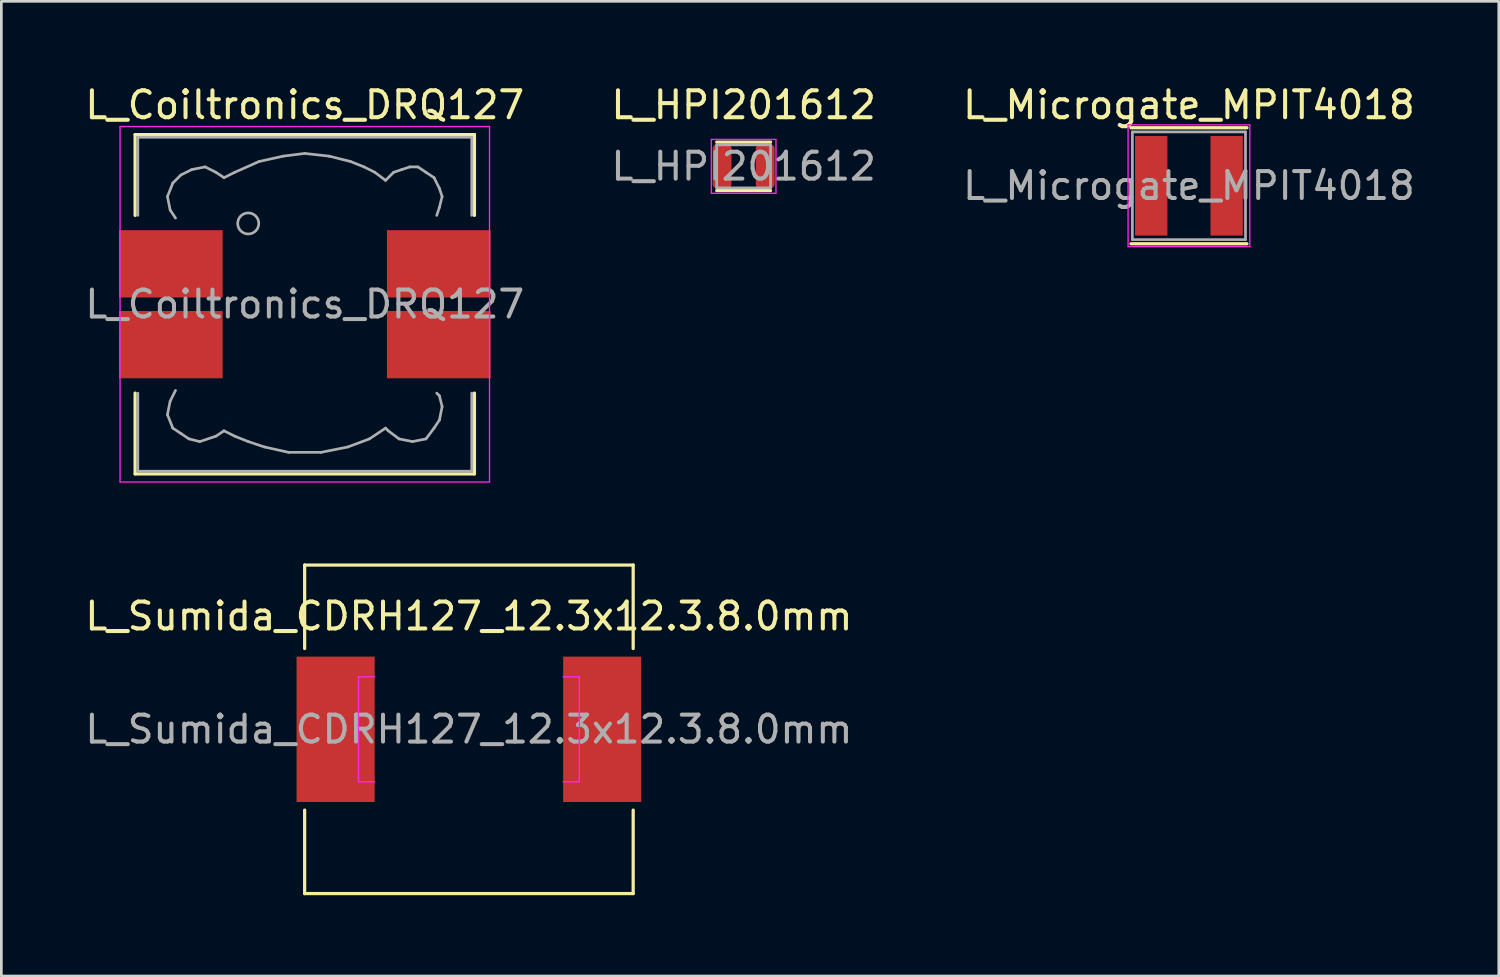
<source format=kicad_pcb>
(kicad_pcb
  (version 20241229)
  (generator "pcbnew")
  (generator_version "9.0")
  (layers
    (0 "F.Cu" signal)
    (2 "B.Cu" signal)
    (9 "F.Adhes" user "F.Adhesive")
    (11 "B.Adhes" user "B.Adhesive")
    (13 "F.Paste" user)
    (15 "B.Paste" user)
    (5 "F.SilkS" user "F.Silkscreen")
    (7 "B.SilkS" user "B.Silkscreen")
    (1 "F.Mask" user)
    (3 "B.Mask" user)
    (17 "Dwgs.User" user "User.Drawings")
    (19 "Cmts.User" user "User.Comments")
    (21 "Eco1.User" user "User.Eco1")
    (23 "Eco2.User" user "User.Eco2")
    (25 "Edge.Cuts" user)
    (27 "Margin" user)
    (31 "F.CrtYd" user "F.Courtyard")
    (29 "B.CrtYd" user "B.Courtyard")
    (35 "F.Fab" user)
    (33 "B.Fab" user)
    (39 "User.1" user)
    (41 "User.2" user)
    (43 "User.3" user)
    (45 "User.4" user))
  (footprint "L_Coiltronics_DRQ127"
    (layer "F.Cu")
    (at 8.268 8.248)
    (property "Reference" "L_Coiltronics_DRQ127" (at 0 -7.4 0) (layer "F.SilkS") (effects (font (size 1 1) (thickness 0.15))))
    (attr smd)
    (fp_line (start -6.3 -6.3) (end 6.3 -6.3) (stroke (width 0.12) (type solid)) (layer "F.SilkS"))
    (fp_line (start -6.3 -3.3) (end -6.3 -6.3) (stroke (width 0.12) (type solid)) (layer "F.SilkS"))
    (fp_line (start -6.3 6.3) (end -6.3 3.3) (stroke (width 0.12) (type solid)) (layer "F.SilkS"))
    (fp_line (start 6.3 -6.3) (end 6.3 -3.3) (stroke (width 0.12) (type solid)) (layer "F.SilkS"))
    (fp_line (start 6.3 3.3) (end 6.3 6.3) (stroke (width 0.12) (type solid)) (layer "F.SilkS"))
    (fp_line (start 6.3 6.3) (end -6.3 6.3) (stroke (width 0.12) (type solid)) (layer "F.SilkS"))
    (fp_line (start -6.86 -6.6) (end 6.86 -6.6) (stroke (width 0.05) (type solid)) (layer "F.CrtYd"))
    (fp_line (start -6.86 6.6) (end -6.86 -6.6) (stroke (width 0.05) (type solid)) (layer "F.CrtYd"))
    (fp_line (start 6.86 -6.6) (end 6.86 6.6) (stroke (width 0.05) (type solid)) (layer "F.CrtYd"))
    (fp_line (start 6.86 6.6) (end -6.86 6.6) (stroke (width 0.05) (type solid)) (layer "F.CrtYd"))
    (fp_line (start -6.2 -6.2) (end -6.2 -3.3) (stroke (width 0.1) (type solid)) (layer "F.Fab"))
    (fp_line (start -6.2 3.3) (end -6.2 6.2) (stroke (width 0.1) (type solid)) (layer "F.Fab"))
    (fp_line (start -6.2 6.2) (end 6.2 6.2) (stroke (width 0.1) (type solid)) (layer "F.Fab"))
    (fp_line (start -5.1 -4) (end -5 -3.5) (stroke (width 0.1) (type solid)) (layer "F.Fab"))
    (fp_line (start -5.1 4.1) (end -5 3.6) (stroke (width 0.1) (type solid)) (layer "F.Fab"))
    (fp_line (start -5 -3.5) (end -4.8 -3.2) (stroke (width 0.1) (type solid)) (layer "F.Fab"))
    (fp_line (start -5 3.6) (end -4.8 3.2) (stroke (width 0.1) (type solid)) (layer "F.Fab"))
    (fp_line (start -4.9 -4.5) (end -5.1 -4) (stroke (width 0.1) (type solid)) (layer "F.Fab"))
    (fp_line (start -4.9 4.6) (end -5.1 4.1) (stroke (width 0.1) (type solid)) (layer "F.Fab"))
    (fp_line (start -4.6 -4.8) (end -4.9 -4.5) (stroke (width 0.1) (type solid)) (layer "F.Fab"))
    (fp_line (start -4.6 4.8) (end -4.9 4.6) (stroke (width 0.1) (type solid)) (layer "F.Fab"))
    (fp_line (start -4.3 5) (end -4.6 4.8) (stroke (width 0.1) (type solid)) (layer "F.Fab"))
    (fp_line (start -4.2 -5) (end -4.6 -4.8) (stroke (width 0.1) (type solid)) (layer "F.Fab"))
    (fp_line (start -3.9 5.1) (end -4.3 5) (stroke (width 0.1) (type solid)) (layer "F.Fab"))
    (fp_line (start -3.7 -5.1) (end -4.2 -5) (stroke (width 0.1) (type solid)) (layer "F.Fab"))
    (fp_line (start -3.3 -4.9) (end -3.7 -5.1) (stroke (width 0.1) (type solid)) (layer "F.Fab"))
    (fp_line (start -3.3 4.9) (end -3.9 5.1) (stroke (width 0.1) (type solid)) (layer "F.Fab"))
    (fp_line (start -3 -4.7) (end -3.3 -4.9) (stroke (width 0.1) (type solid)) (layer "F.Fab"))
    (fp_line (start -3 4.7) (end -3.3 4.9) (stroke (width 0.1) (type solid)) (layer "F.Fab"))
    (fp_line (start -2.6 -4.9) (end -3 -4.7) (stroke (width 0.1) (type solid)) (layer "F.Fab"))
    (fp_line (start -2.6 4.9) (end -3 4.7) (stroke (width 0.1) (type solid)) (layer "F.Fab"))
    (fp_line (start -2.1 5.1) (end -2.6 4.9) (stroke (width 0.1) (type solid)) (layer "F.Fab"))
    (fp_line (start -1.7 -5.3) (end -2.6 -4.9) (stroke (width 0.1) (type solid)) (layer "F.Fab"))
    (fp_line (start -1.5 5.3) (end -2.1 5.1) (stroke (width 0.1) (type solid)) (layer "F.Fab"))
    (fp_line (start -0.8 -5.5) (end -1.7 -5.3) (stroke (width 0.1) (type solid)) (layer "F.Fab"))
    (fp_line (start -0.6 5.5) (end -1.5 5.3) (stroke (width 0.1) (type solid)) (layer "F.Fab"))
    (fp_line (start 0 -5.6) (end -0.8 -5.5) (stroke (width 0.1) (type solid)) (layer "F.Fab"))
    (fp_line (start 0.6 5.5) (end -0.6 5.5) (stroke (width 0.1) (type solid)) (layer "F.Fab"))
    (fp_line (start 0.9 -5.5) (end 0 -5.6) (stroke (width 0.1) (type solid)) (layer "F.Fab"))
    (fp_line (start 1.6 5.3) (end 0.6 5.5) (stroke (width 0.1) (type solid)) (layer "F.Fab"))
    (fp_line (start 1.7 -5.3) (end 0.9 -5.5) (stroke (width 0.1) (type solid)) (layer "F.Fab"))
    (fp_line (start 2.2 -5.1) (end 1.7 -5.3) (stroke (width 0.1) (type solid)) (layer "F.Fab"))
    (fp_line (start 2.4 5) (end 1.6 5.3) (stroke (width 0.1) (type solid)) (layer "F.Fab"))
    (fp_line (start 2.6 -4.9) (end 2.2 -5.1) (stroke (width 0.1) (type solid)) (layer "F.Fab"))
    (fp_line (start 3 -4.6) (end 2.6 -4.9) (stroke (width 0.1) (type solid)) (layer "F.Fab"))
    (fp_line (start 3 4.6) (end 2.4 5) (stroke (width 0.1) (type solid)) (layer "F.Fab"))
    (fp_line (start 3.1 4.7) (end 3 4.6) (stroke (width 0.1) (type solid)) (layer "F.Fab"))
    (fp_line (start 3.3 -4.9) (end 3 -4.6) (stroke (width 0.1) (type solid)) (layer "F.Fab"))
    (fp_line (start 3.5 5) (end 3.1 4.7) (stroke (width 0.1) (type solid)) (layer "F.Fab"))
    (fp_line (start 3.6 -5) (end 3.3 -4.9) (stroke (width 0.1) (type solid)) (layer "F.Fab"))
    (fp_line (start 3.9 -5.1) (end 3.6 -5) (stroke (width 0.1) (type solid)) (layer "F.Fab"))
    (fp_line (start 4 5.1) (end 3.5 5) (stroke (width 0.1) (type solid)) (layer "F.Fab"))
    (fp_line (start 4.2 -5.1) (end 3.9 -5.1) (stroke (width 0.1) (type solid)) (layer "F.Fab"))
    (fp_line (start 4.5 -4.9) (end 4.2 -5.1) (stroke (width 0.1) (type solid)) (layer "F.Fab"))
    (fp_line (start 4.5 5) (end 4 5.1) (stroke (width 0.1) (type solid)) (layer "F.Fab"))
    (fp_line (start 4.8 -4.7) (end 4.5 -4.9) (stroke (width 0.1) (type solid)) (layer "F.Fab"))
    (fp_line (start 4.8 4.6) (end 4.5 5) (stroke (width 0.1) (type solid)) (layer "F.Fab"))
    (fp_line (start 4.9 -3.3) (end 5 -3.6) (stroke (width 0.1) (type solid)) (layer "F.Fab"))
    (fp_line (start 4.9 3.3) (end 5 3.4) (stroke (width 0.1) (type solid)) (layer "F.Fab"))
    (fp_line (start 5 -4.3) (end 4.8 -4.7) (stroke (width 0.1) (type solid)) (layer "F.Fab"))
    (fp_line (start 5 -3.6) (end 5.1 -4) (stroke (width 0.1) (type solid)) (layer "F.Fab"))
    (fp_line (start 5 3.4) (end 5.1 3.8) (stroke (width 0.1) (type solid)) (layer "F.Fab"))
    (fp_line (start 5 4.3) (end 4.8 4.6) (stroke (width 0.1) (type solid)) (layer "F.Fab"))
    (fp_line (start 5.1 -4) (end 5 -4.3) (stroke (width 0.1) (type solid)) (layer "F.Fab"))
    (fp_line (start 5.1 3.8) (end 5 4.3) (stroke (width 0.1) (type solid)) (layer "F.Fab"))
    (fp_line (start 6.2 -6.2) (end -6.2 -6.2) (stroke (width 0.1) (type solid)) (layer "F.Fab"))
    (fp_line (start 6.2 -6.2) (end 6.2 -3.3) (stroke (width 0.1) (type solid)) (layer "F.Fab"))
    (fp_line (start 6.2 6.2) (end 6.2 3.3) (stroke (width 0.1) (type solid)) (layer "F.Fab"))
    (fp_circle (center -2.1 -3) (end -1.709 -3) (stroke (width 0.1) (type solid)) (fill no) (layer "F.Fab"))
    (fp_text user "${REFERENCE}" (at 0 0 0) (layer "F.Fab") (effects (font (size 1 1) (thickness 0.15))))
    (pad "1" smd rect (at -4.975 -1.5) (size 3.85 2.5) (layers "F.Cu" "F.Mask" "F.Paste"))
    (pad "2" smd rect (at -4.975 1.5 180) (size 3.85 2.5) (layers "F.Cu" "F.Mask" "F.Paste"))
    (pad "3" smd rect (at 4.975 1.5 180) (size 3.85 2.5) (layers "F.Cu" "F.Mask" "F.Paste"))
    (pad "4" smd rect (at 4.975 -1.5) (size 3.85 2.5) (layers "F.Cu" "F.Mask" "F.Paste")))
  (footprint "L_HPI201612"
    (layer "F.Cu")
    (at 24.565 3.128)
    (property "Reference" "L_HPI201612" (at 0 -2.28 0) (layer "F.SilkS") (effects (font (size 1 1) (thickness 0.15))))
    (attr smd)
    (fp_line (start -1 -0.9) (end 1 -0.9) (stroke (width 0.12) (type solid)) (layer "F.SilkS"))
    (fp_line (start -1 0.9) (end 1 0.9) (stroke (width 0.12) (type solid)) (layer "F.SilkS"))
    (fp_line (start -1.2 -1) (end 1.2 -1) (stroke (width 0.05) (type solid)) (layer "F.CrtYd"))
    (fp_line (start -1.2 1) (end -1.2 -1) (stroke (width 0.05) (type solid)) (layer "F.CrtYd"))
    (fp_line (start 1.2 -1) (end 1.2 1) (stroke (width 0.05) (type solid)) (layer "F.CrtYd"))
    (fp_line (start 1.2 1) (end -1.2 1) (stroke (width 0.05) (type solid)) (layer "F.CrtYd"))
    (fp_line (start -1 -0.8) (end 1 -0.8) (stroke (width 0.1) (type solid)) (layer "F.Fab"))
    (fp_line (start -1 0.8) (end -1 -0.8) (stroke (width 0.1) (type solid)) (layer "F.Fab"))
    (fp_line (start 1 -0.8) (end 1 0.8) (stroke (width 0.1) (type solid)) (layer "F.Fab"))
    (fp_line (start 1 0.8) (end -1 0.8) (stroke (width 0.1) (type solid)) (layer "F.Fab"))
    (fp_text user "${REFERENCE}" (at 0 0 0) (layer "F.Fab") (effects (font (size 1 1) (thickness 0.15))))
    (pad "1" smd roundrect (at -0.8 0) (size 0.7 1.6) (layers "F.Cu" "F.Mask" "F.Paste") (roundrect_rratio 0.185))
    (pad "2" smd roundrect (at 0.8 0) (size 0.7 1.6) (layers "F.Cu" "F.Mask" "F.Paste") (roundrect_rratio 0.185)))
  (footprint "L_Microgate_MPIT4018"
    (layer "F.Cu")
    (at 41.101 3.848)
    (property "Reference" "L_Microgate_MPIT4018" (at 0 -3 0) (layer "F.SilkS") (effects (font (size 1 1) (thickness 0.15))))
    (attr smd)
    (fp_line (start -2.154 -2.154) (end 2.154 -2.154) (stroke (width 0.12) (type solid)) (layer "F.SilkS"))
    (fp_line (start 2.154 2.154) (end -2.154 2.154) (stroke (width 0.12) (type solid)) (layer "F.SilkS"))
    (fp_line (start -2.26 -2.26) (end 2.26 -2.26) (stroke (width 0.05) (type solid)) (layer "F.CrtYd"))
    (fp_line (start -2.26 2.26) (end -2.26 -2.26) (stroke (width 0.05) (type solid)) (layer "F.CrtYd"))
    (fp_line (start 2.26 -2.26) (end 2.26 2.26) (stroke (width 0.05) (type solid)) (layer "F.CrtYd"))
    (fp_line (start 2.26 2.26) (end -2.26 2.26) (stroke (width 0.05) (type solid)) (layer "F.CrtYd"))
    (fp_line (start -2.1 -2) (end 2.1 -2) (stroke (width 0.1) (type solid)) (layer "F.Fab"))
    (fp_line (start -2.1 2) (end -2.1 -2) (stroke (width 0.1) (type solid)) (layer "F.Fab"))
    (fp_line (start 2.1 -2) (end 2.1 2) (stroke (width 0.1) (type solid)) (layer "F.Fab"))
    (fp_line (start 2.1 2) (end -2.1 2) (stroke (width 0.1) (type solid)) (layer "F.Fab"))
    (fp_text user "${REFERENCE}" (at 0 0 0) (layer "F.Fab") (effects (font (size 1 1) (thickness 0.15))))
    (pad "1" smd rect (at -1.4 0) (size 1.2 3.7) (layers "F.Cu" "F.Mask" "F.Paste"))
    (pad "2" smd rect (at 1.4 0) (size 1.2 3.7) (layers "F.Cu" "F.Mask" "F.Paste")))
  (footprint "L_Sumida_CDRH127_12.3x12.3.8.0mm"
    (layer "F.Cu")
    (at 14.363 24.033)
    (property "Reference" "L_Sumida_CDRH127_12.3x12.3.8.0mm" (at 0 -4.2 0) (layer "F.SilkS") (effects (font (size 1 1) (thickness 0.15))))
    (attr smd)
    (fp_line (start -6.1 -6.1) (end -6.1 -3) (stroke (width 0.12) (type solid)) (layer "F.SilkS"))
    (fp_line (start -6.1 6.1) (end -6.1 3) (stroke (width 0.12) (type solid)) (layer "F.SilkS"))
    (fp_line (start -6.1 6.1) (end 6.1 6.1) (stroke (width 0.12) (type solid)) (layer "F.SilkS"))
    (fp_line (start 6.1 -6.1) (end -6.1 -6.1) (stroke (width 0.12) (type solid)) (layer "F.SilkS"))
    (fp_line (start 6.1 -6.1) (end 6.1 -3) (stroke (width 0.12) (type solid)) (layer "F.SilkS"))
    (fp_line (start 6.1 6.1) (end 6.1 3) (stroke (width 0.12) (type solid)) (layer "F.SilkS"))
    (fp_line (start -4.1 -1.95) (end -3.5 -1.95) (stroke (width 0.05) (type solid)) (layer "F.CrtYd"))
    (fp_line (start -4.1 1.95) (end -4.1 -1.95) (stroke (width 0.05) (type solid)) (layer "F.CrtYd"))
    (fp_line (start -3.5 1.95) (end -4.1 1.95) (stroke (width 0.05) (type solid)) (layer "F.CrtYd"))
    (fp_line (start 3.5 -1.95) (end 4.1 -1.95) (stroke (width 0.05) (type solid)) (layer "F.CrtYd"))
    (fp_line (start 4.1 -1.95) (end 4.1 1.95) (stroke (width 0.05) (type solid)) (layer "F.CrtYd"))
    (fp_line (start 4.1 1.95) (end 3.5 1.95) (stroke (width 0.05) (type solid)) (layer "F.CrtYd"))
    (fp_text user "${REFERENCE}" (at 0 0 0) (layer "F.Fab") (effects (font (size 1 1) (thickness 0.15))))
    (pad "1" smd rect (at -4.95 0) (size 2.9 5.4) (layers "F.Cu" "F.Mask" "F.Paste"))
    (pad "2" smd rect (at 4.95 0) (size 2.9 5.4) (layers "F.Cu" "F.Mask" "F.Paste")))
  (gr_rect
    (start -3 -3)
    (end 52.607 33.193)
    (stroke (width 0.1) (type default))
    (fill no)
    (layer "Edge.Cuts")))
</source>
